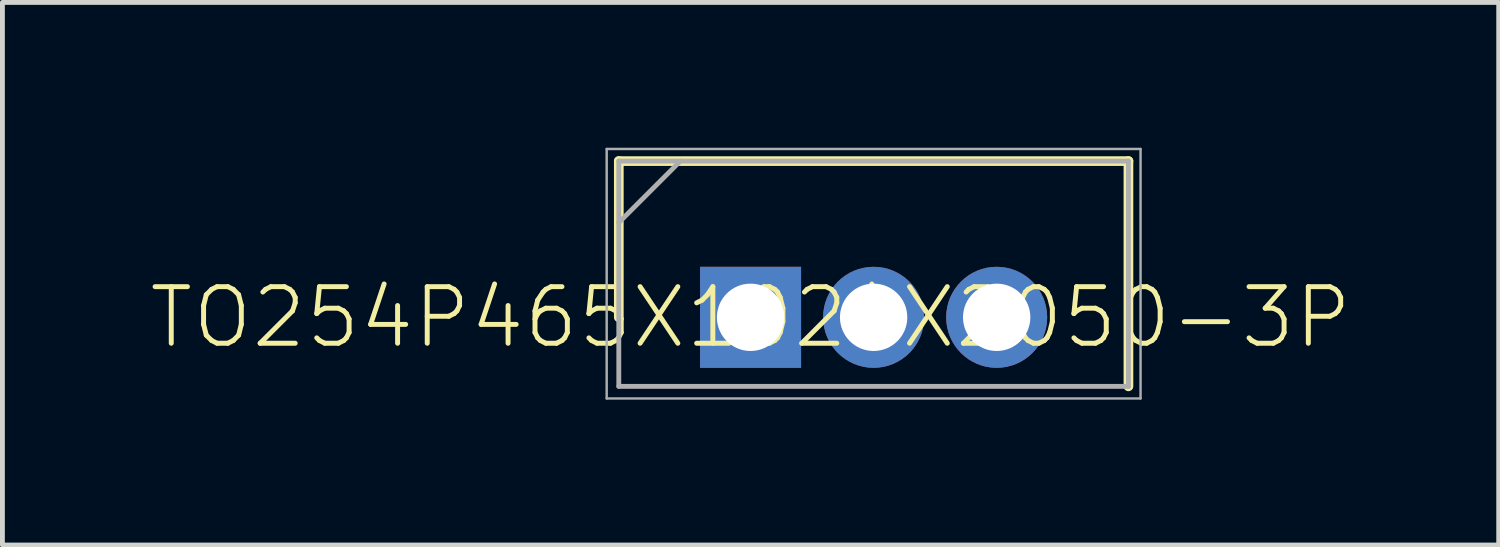
<source format=kicad_pcb>
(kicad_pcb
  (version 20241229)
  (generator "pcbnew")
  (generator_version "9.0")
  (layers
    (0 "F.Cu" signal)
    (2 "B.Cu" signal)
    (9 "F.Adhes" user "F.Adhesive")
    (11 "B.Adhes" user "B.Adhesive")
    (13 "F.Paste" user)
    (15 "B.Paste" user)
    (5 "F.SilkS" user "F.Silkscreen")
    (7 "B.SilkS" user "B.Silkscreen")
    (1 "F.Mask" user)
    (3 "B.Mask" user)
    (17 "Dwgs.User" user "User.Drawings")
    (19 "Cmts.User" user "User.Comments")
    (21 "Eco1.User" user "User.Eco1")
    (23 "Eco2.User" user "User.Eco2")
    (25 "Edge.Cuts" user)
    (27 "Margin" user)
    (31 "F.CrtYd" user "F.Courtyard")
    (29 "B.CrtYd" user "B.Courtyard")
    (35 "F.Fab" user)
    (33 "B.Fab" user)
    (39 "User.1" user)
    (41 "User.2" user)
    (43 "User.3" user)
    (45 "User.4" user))
  (footprint "TO254P465X1024X2050-3P"
    (layer "F.Cu")
    (at 12.443 3.5)
    (property "Reference" "TO254P465X1024X2050-3P" (at 0 0 0) (unlocked yes) (layer "F.SilkS") (effects (font (size 1.168 1.168) (thickness 0.102))))
    (fp_line (start -2.72 -3.225) (end -2.72 0) (stroke (width 0.2) (type solid)) (layer "F.SilkS"))
    (fp_line (start 7.8 -3.225) (end -2.72 -3.225) (stroke (width 0.2) (type solid)) (layer "F.SilkS"))
    (fp_line (start 7.8 1.425) (end 7.8 -3.225) (stroke (width 0.2) (type solid)) (layer "F.SilkS"))
    (fp_line (start -2.97 -3.475) (end 8.05 -3.475) (stroke (width 0.05) (type solid)) (layer "F.Fab"))
    (fp_line (start -2.97 1.675) (end -2.97 -3.475) (stroke (width 0.05) (type solid)) (layer "F.Fab"))
    (fp_line (start -2.72 -3.225) (end 7.8 -3.225) (stroke (width 0.1) (type solid)) (layer "F.Fab"))
    (fp_line (start -2.72 -1.955) (end -1.45 -3.225) (stroke (width 0.1) (type solid)) (layer "F.Fab"))
    (fp_line (start -2.72 1.425) (end -2.72 -3.225) (stroke (width 0.1) (type solid)) (layer "F.Fab"))
    (fp_line (start 7.8 -3.225) (end 7.8 1.425) (stroke (width 0.1) (type solid)) (layer "F.Fab"))
    (fp_line (start 7.8 1.425) (end -2.72 1.425) (stroke (width 0.1) (type solid)) (layer "F.Fab"))
    (fp_line (start 8.05 -3.475) (end 8.05 1.675) (stroke (width 0.05) (type solid)) (layer "F.Fab"))
    (fp_line (start 8.05 1.675) (end -2.97 1.675) (stroke (width 0.05) (type solid)) (layer "F.Fab"))
    (pad "1" thru_hole rect (at 0 0) (size 2.085 2.085) (drill 1.39) (layers "*.Cu" "*.Mask"))
    (pad "2" thru_hole circle (at 2.54 0) (size 2.085 2.085) (drill 1.39) (layers "*.Cu" "*.Mask"))
    (pad "3" thru_hole circle (at 5.08 0) (size 2.085 2.085) (drill 1.39) (layers "*.Cu" "*.Mask")))
  (gr_rect
    (start -3 -3)
    (end 27.886 8.2)
    (stroke (width 0.1) (type default))
    (fill no)
    (layer "Edge.Cuts")))
</source>
